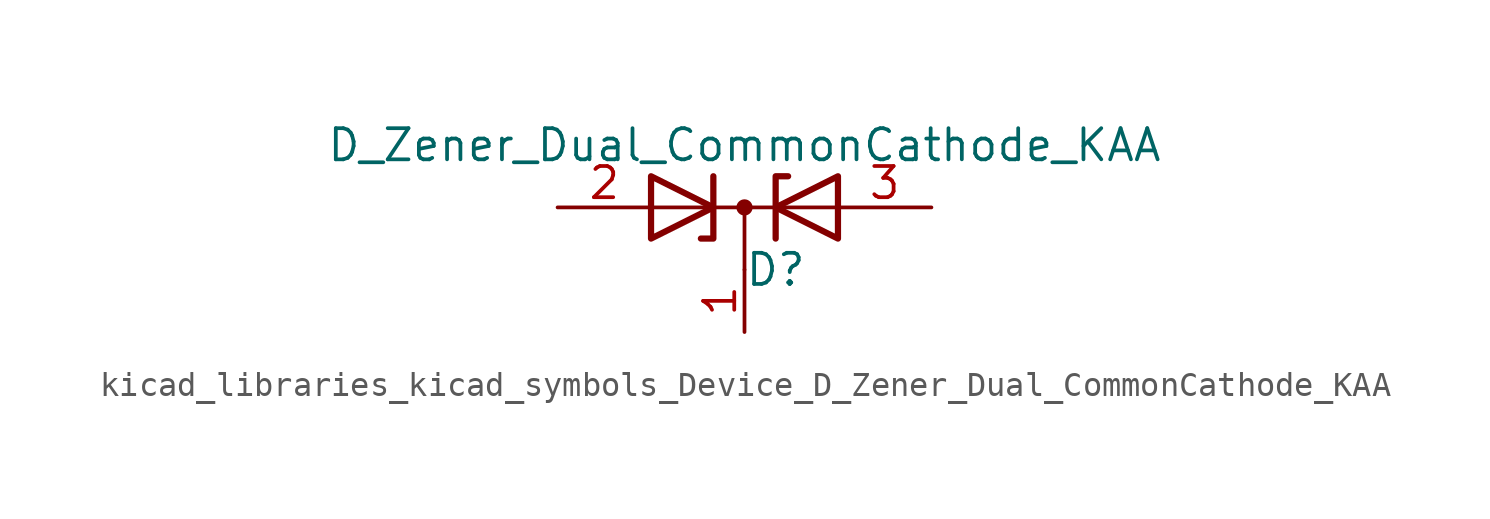
<source format=kicad_sym>
(kicad_symbol_lib
  (version 20220914)
  (generator kicad_symbol_editor)
  (symbol "kicad_libraries_kicad_symbols_Device_D_Zener_Dual_CommonCathode_KAA"
    (pin_names
      (offset 0.762) hide)
    (property "Reference" "D"
      (at 1.27 -2.54 0)
      (effects (font (size 1.27 1.27))))
    (property "Value" "D_Zener_Dual_CommonCathode_KAA"
      (at 0 2.54 0)
      (effects (font (size 1.27 1.27))))
    (symbol "kicad_libraries_kicad_symbols_Device_D_Zener_Dual_CommonCathode_KAA_0_1"
      (polyline (pts (xy -3.81 0) (xy 3.81 0)) (stroke (width 0) (type default)) (fill (type none)))
      (polyline (pts (xy 0 0) (xy 0 -2.54)) (stroke (width 0) (type default)) (fill (type none)))
      (polyline (pts (xy -1.27 1.27) (xy -1.27 -1.27) (xy -1.778 -1.27)) (stroke (width 0.254) (type default)) (fill (type none)))
      (polyline (pts (xy 1.27 -1.27) (xy 1.27 1.27) (xy 1.778 1.27)) (stroke (width 0.254) (type default)) (fill (type none)))
      (polyline (pts (xy -3.81 1.27) (xy -1.27 0) (xy -3.81 -1.27) (xy -3.81 1.27) (xy -3.81 1.27) (xy -3.81 1.27)) (stroke (width 0.254) (type default)) (fill (type none)))
      (polyline (pts (xy 3.81 -1.27) (xy 1.27 0) (xy 3.81 1.27) (xy 3.81 -1.27) (xy 3.81 -1.27) (xy 3.81 -1.27)) (stroke (width 0.254) (type default)) (fill (type none)))
      (circle (center 0 0) (radius 0.254) (stroke (width 0) (type default)) (fill (type outline)))
      (pin passive line (at 0 -5.08 90) (length 2.54) (name "K" (effects (font (size 1.27 1.27)))) (number "1" (effects (font (size 1.27 1.27)))))
      (pin passive line (at -7.62 0 0) (length 3.81) (name "A" (effects (font (size 1.27 1.27)))) (number "2" (effects (font (size 1.27 1.27)))))
      (pin passive line (at 7.62 0 180) (length 3.81) (name "A" (effects (font (size 1.27 1.27)))) (number "3" (effects (font (size 1.27 1.27))))))))
</source>
